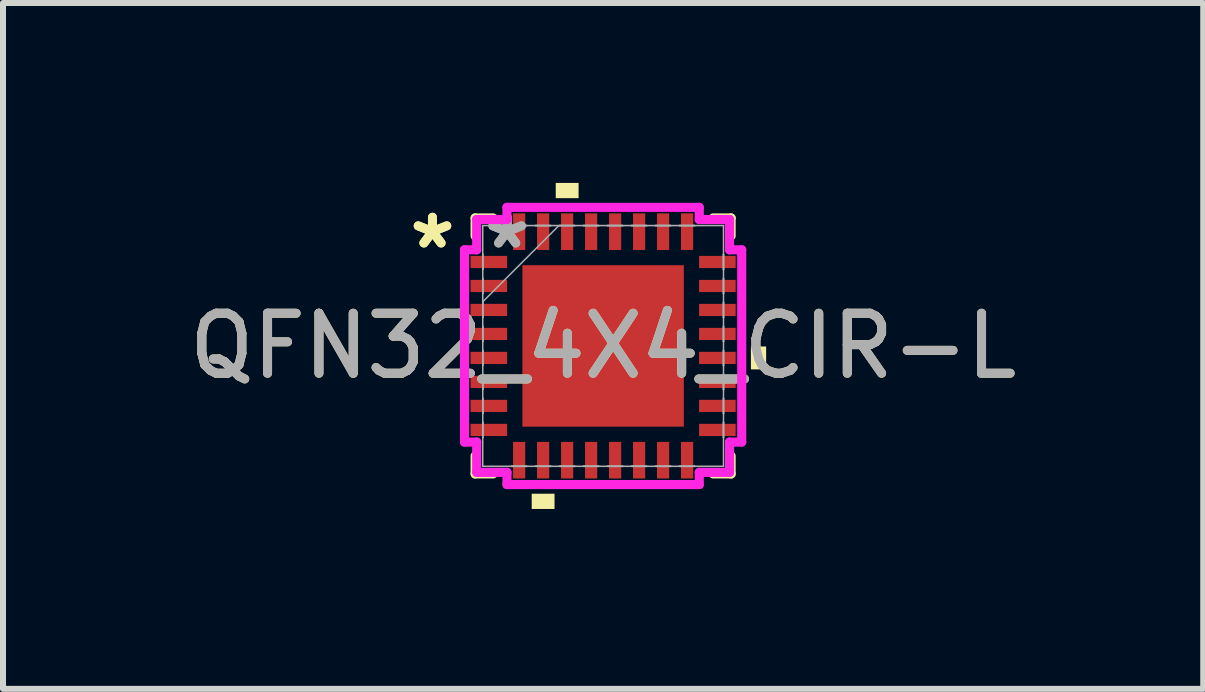
<source format=kicad_pcb>
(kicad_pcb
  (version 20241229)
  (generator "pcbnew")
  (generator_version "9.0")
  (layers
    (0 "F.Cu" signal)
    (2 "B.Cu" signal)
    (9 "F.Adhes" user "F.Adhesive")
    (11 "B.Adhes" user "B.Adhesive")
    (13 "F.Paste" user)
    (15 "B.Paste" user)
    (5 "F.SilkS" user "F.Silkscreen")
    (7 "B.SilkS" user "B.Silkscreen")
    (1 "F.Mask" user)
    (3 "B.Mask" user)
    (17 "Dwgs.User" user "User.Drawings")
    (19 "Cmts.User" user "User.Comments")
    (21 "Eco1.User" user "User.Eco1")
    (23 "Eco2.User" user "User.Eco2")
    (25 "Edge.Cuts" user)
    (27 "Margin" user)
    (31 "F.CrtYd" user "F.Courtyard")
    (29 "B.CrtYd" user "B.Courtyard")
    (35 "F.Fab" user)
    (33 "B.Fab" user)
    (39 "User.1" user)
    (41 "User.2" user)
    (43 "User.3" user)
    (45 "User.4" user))
  (footprint "QFN32_4X4_CIR-L"
    (layer "F.Cu")
    (at 7.006 2.718)
    (property "Reference" "QFN32_4X4_CIR-L" (at 0 0 0) (unlocked yes) (layer "F.SilkS") (effects (font (size 1 1) (thickness 0.15))))
    (attr smd)
    (fp_line (start -2.134 -2.134) (end -2.134 -1.834) (stroke (width 0.152) (type solid)) (layer "F.SilkS"))
    (fp_line (start -2.134 1.834) (end -2.134 2.134) (stroke (width 0.152) (type solid)) (layer "F.SilkS"))
    (fp_line (start -2.134 2.134) (end -1.834 2.134) (stroke (width 0.152) (type solid)) (layer "F.SilkS"))
    (fp_line (start -1.834 -2.134) (end -2.134 -2.134) (stroke (width 0.152) (type solid)) (layer "F.SilkS"))
    (fp_line (start 1.834 2.134) (end 2.134 2.134) (stroke (width 0.152) (type solid)) (layer "F.SilkS"))
    (fp_line (start 2.134 -2.134) (end 1.834 -2.134) (stroke (width 0.152) (type solid)) (layer "F.SilkS"))
    (fp_line (start 2.134 -1.834) (end 2.134 -2.134) (stroke (width 0.152) (type solid)) (layer "F.SilkS"))
    (fp_line (start 2.134 2.134) (end 2.134 1.834) (stroke (width 0.152) (type solid)) (layer "F.SilkS"))
    (fp_poly (pts (xy -1.191 2.464) (xy -1.191 2.718) (xy -0.81 2.718) (xy -0.81 2.464)) (stroke (width 0) (type solid)) (fill yes) (layer "F.SilkS"))
    (fp_poly (pts (xy -0.79 -2.464) (xy -0.79 -2.718) (xy -0.409 -2.718) (xy -0.409 -2.464)) (stroke (width 0) (type solid)) (fill yes) (layer "F.SilkS"))
    (fp_poly (pts (xy 2.718 0.009) (xy 2.718 0.391) (xy 2.464 0.391) (xy 2.464 0.009)) (stroke (width 0) (type solid)) (fill yes) (layer "F.SilkS"))
    (fp_poly (pts (xy -1.246 -1.246) (xy -1.246 -0.1) (xy -0.1 -0.1) (xy -0.1 -1.246)) (stroke (width 0) (type solid)) (fill yes) (layer "F.Paste"))
    (fp_poly (pts (xy -1.246 0.1) (xy -1.246 1.246) (xy -0.1 1.246) (xy -0.1 0.1)) (stroke (width 0) (type solid)) (fill yes) (layer "F.Paste"))
    (fp_poly (pts (xy 0.1 -1.246) (xy 0.1 -0.1) (xy 1.246 -0.1) (xy 1.246 -1.246)) (stroke (width 0) (type solid)) (fill yes) (layer "F.Paste"))
    (fp_poly (pts (xy 0.1 0.1) (xy 0.1 1.246) (xy 1.246 1.246) (xy 1.246 0.1)) (stroke (width 0) (type solid)) (fill yes) (layer "F.Paste"))
    (fp_line (start -2.311 -1.603) (end -2.108 -1.603) (stroke (width 0.152) (type solid)) (layer "F.CrtYd"))
    (fp_line (start -2.311 1.603) (end -2.311 -1.603) (stroke (width 0.152) (type solid)) (layer "F.CrtYd"))
    (fp_line (start -2.108 -2.108) (end -1.603 -2.108) (stroke (width 0.152) (type solid)) (layer "F.CrtYd"))
    (fp_line (start -2.108 -1.603) (end -2.108 -2.108) (stroke (width 0.152) (type solid)) (layer "F.CrtYd"))
    (fp_line (start -2.108 1.603) (end -2.311 1.603) (stroke (width 0.152) (type solid)) (layer "F.CrtYd"))
    (fp_line (start -2.108 2.108) (end -2.108 1.603) (stroke (width 0.152) (type solid)) (layer "F.CrtYd"))
    (fp_line (start -1.603 -2.311) (end 1.603 -2.311) (stroke (width 0.152) (type solid)) (layer "F.CrtYd"))
    (fp_line (start -1.603 -2.108) (end -1.603 -2.311) (stroke (width 0.152) (type solid)) (layer "F.CrtYd"))
    (fp_line (start -1.603 2.108) (end -2.108 2.108) (stroke (width 0.152) (type solid)) (layer "F.CrtYd"))
    (fp_line (start -1.603 2.311) (end -1.603 2.108) (stroke (width 0.152) (type solid)) (layer "F.CrtYd"))
    (fp_line (start 1.603 -2.311) (end 1.603 -2.108) (stroke (width 0.152) (type solid)) (layer "F.CrtYd"))
    (fp_line (start 1.603 -2.108) (end 2.108 -2.108) (stroke (width 0.152) (type solid)) (layer "F.CrtYd"))
    (fp_line (start 1.603 2.108) (end 1.603 2.311) (stroke (width 0.152) (type solid)) (layer "F.CrtYd"))
    (fp_line (start 1.603 2.311) (end -1.603 2.311) (stroke (width 0.152) (type solid)) (layer "F.CrtYd"))
    (fp_line (start 2.108 -2.108) (end 2.108 -1.603) (stroke (width 0.152) (type solid)) (layer "F.CrtYd"))
    (fp_line (start 2.108 -1.603) (end 2.311 -1.603) (stroke (width 0.152) (type solid)) (layer "F.CrtYd"))
    (fp_line (start 2.108 1.603) (end 2.108 2.108) (stroke (width 0.152) (type solid)) (layer "F.CrtYd"))
    (fp_line (start 2.108 2.108) (end 1.603 2.108) (stroke (width 0.152) (type solid)) (layer "F.CrtYd"))
    (fp_line (start 2.311 -1.603) (end 2.311 1.603) (stroke (width 0.152) (type solid)) (layer "F.CrtYd"))
    (fp_line (start 2.311 1.603) (end 2.108 1.603) (stroke (width 0.152) (type solid)) (layer "F.CrtYd"))
    (fp_line (start -2.007 -2.007) (end -2.007 -2.007) (stroke (width 0.025) (type solid)) (layer "F.Fab"))
    (fp_line (start -2.007 -2.007) (end -2.007 2.007) (stroke (width 0.025) (type solid)) (layer "F.Fab"))
    (fp_line (start -2.007 -1.527) (end -2.007 -1.527) (stroke (width 0.025) (type solid)) (layer "F.Fab"))
    (fp_line (start -2.007 -1.527) (end -2.007 -1.273) (stroke (width 0.025) (type solid)) (layer "F.Fab"))
    (fp_line (start -2.007 -1.273) (end -2.007 -1.527) (stroke (width 0.025) (type solid)) (layer "F.Fab"))
    (fp_line (start -2.007 -1.273) (end -2.007 -1.273) (stroke (width 0.025) (type solid)) (layer "F.Fab"))
    (fp_line (start -2.007 -1.127) (end -2.007 -1.127) (stroke (width 0.025) (type solid)) (layer "F.Fab"))
    (fp_line (start -2.007 -1.127) (end -2.007 -0.873) (stroke (width 0.025) (type solid)) (layer "F.Fab"))
    (fp_line (start -2.007 -0.873) (end -2.007 -1.127) (stroke (width 0.025) (type solid)) (layer "F.Fab"))
    (fp_line (start -2.007 -0.873) (end -2.007 -0.873) (stroke (width 0.025) (type solid)) (layer "F.Fab"))
    (fp_line (start -2.007 -0.737) (end -0.737 -2.007) (stroke (width 0.025) (type solid)) (layer "F.Fab"))
    (fp_line (start -2.007 -0.727) (end -2.007 -0.727) (stroke (width 0.025) (type solid)) (layer "F.Fab"))
    (fp_line (start -2.007 -0.727) (end -2.007 -0.473) (stroke (width 0.025) (type solid)) (layer "F.Fab"))
    (fp_line (start -2.007 -0.473) (end -2.007 -0.727) (stroke (width 0.025) (type solid)) (layer "F.Fab"))
    (fp_line (start -2.007 -0.473) (end -2.007 -0.473) (stroke (width 0.025) (type solid)) (layer "F.Fab"))
    (fp_line (start -2.007 -0.327) (end -2.007 -0.327) (stroke (width 0.025) (type solid)) (layer "F.Fab"))
    (fp_line (start -2.007 -0.327) (end -2.007 -0.073) (stroke (width 0.025) (type solid)) (layer "F.Fab"))
    (fp_line (start -2.007 -0.073) (end -2.007 -0.327) (stroke (width 0.025) (type solid)) (layer "F.Fab"))
    (fp_line (start -2.007 -0.073) (end -2.007 -0.073) (stroke (width 0.025) (type solid)) (layer "F.Fab"))
    (fp_line (start -2.007 0.073) (end -2.007 0.073) (stroke (width 0.025) (type solid)) (layer "F.Fab"))
    (fp_line (start -2.007 0.073) (end -2.007 0.327) (stroke (width 0.025) (type solid)) (layer "F.Fab"))
    (fp_line (start -2.007 0.327) (end -2.007 0.073) (stroke (width 0.025) (type solid)) (layer "F.Fab"))
    (fp_line (start -2.007 0.327) (end -2.007 0.327) (stroke (width 0.025) (type solid)) (layer "F.Fab"))
    (fp_line (start -2.007 0.473) (end -2.007 0.473) (stroke (width 0.025) (type solid)) (layer "F.Fab"))
    (fp_line (start -2.007 0.473) (end -2.007 0.727) (stroke (width 0.025) (type solid)) (layer "F.Fab"))
    (fp_line (start -2.007 0.727) (end -2.007 0.473) (stroke (width 0.025) (type solid)) (layer "F.Fab"))
    (fp_line (start -2.007 0.727) (end -2.007 0.727) (stroke (width 0.025) (type solid)) (layer "F.Fab"))
    (fp_line (start -2.007 0.873) (end -2.007 0.873) (stroke (width 0.025) (type solid)) (layer "F.Fab"))
    (fp_line (start -2.007 0.873) (end -2.007 1.127) (stroke (width 0.025) (type solid)) (layer "F.Fab"))
    (fp_line (start -2.007 1.127) (end -2.007 0.873) (stroke (width 0.025) (type solid)) (layer "F.Fab"))
    (fp_line (start -2.007 1.127) (end -2.007 1.127) (stroke (width 0.025) (type solid)) (layer "F.Fab"))
    (fp_line (start -2.007 1.273) (end -2.007 1.273) (stroke (width 0.025) (type solid)) (layer "F.Fab"))
    (fp_line (start -2.007 1.273) (end -2.007 1.527) (stroke (width 0.025) (type solid)) (layer "F.Fab"))
    (fp_line (start -2.007 1.527) (end -2.007 1.273) (stroke (width 0.025) (type solid)) (layer "F.Fab"))
    (fp_line (start -2.007 1.527) (end -2.007 1.527) (stroke (width 0.025) (type solid)) (layer "F.Fab"))
    (fp_line (start -2.007 2.007) (end -2.007 2.007) (stroke (width 0.025) (type solid)) (layer "F.Fab"))
    (fp_line (start -2.007 2.007) (end 2.007 2.007) (stroke (width 0.025) (type solid)) (layer "F.Fab"))
    (fp_line (start -1.527 -2.007) (end -1.527 -2.007) (stroke (width 0.025) (type solid)) (layer "F.Fab"))
    (fp_line (start -1.527 -2.007) (end -1.273 -2.007) (stroke (width 0.025) (type solid)) (layer "F.Fab"))
    (fp_line (start -1.527 2.007) (end -1.527 2.007) (stroke (width 0.025) (type solid)) (layer "F.Fab"))
    (fp_line (start -1.527 2.007) (end -1.273 2.007) (stroke (width 0.025) (type solid)) (layer "F.Fab"))
    (fp_line (start -1.273 -2.007) (end -1.527 -2.007) (stroke (width 0.025) (type solid)) (layer "F.Fab"))
    (fp_line (start -1.273 -2.007) (end -1.273 -2.007) (stroke (width 0.025) (type solid)) (layer "F.Fab"))
    (fp_line (start -1.273 2.007) (end -1.527 2.007) (stroke (width 0.025) (type solid)) (layer "F.Fab"))
    (fp_line (start -1.273 2.007) (end -1.273 2.007) (stroke (width 0.025) (type solid)) (layer "F.Fab"))
    (fp_line (start -1.127 -2.007) (end -1.127 -2.007) (stroke (width 0.025) (type solid)) (layer "F.Fab"))
    (fp_line (start -1.127 -2.007) (end -0.873 -2.007) (stroke (width 0.025) (type solid)) (layer "F.Fab"))
    (fp_line (start -1.127 2.007) (end -1.127 2.007) (stroke (width 0.025) (type solid)) (layer "F.Fab"))
    (fp_line (start -1.127 2.007) (end -0.873 2.007) (stroke (width 0.025) (type solid)) (layer "F.Fab"))
    (fp_line (start -0.873 -2.007) (end -1.127 -2.007) (stroke (width 0.025) (type solid)) (layer "F.Fab"))
    (fp_line (start -0.873 -2.007) (end -0.873 -2.007) (stroke (width 0.025) (type solid)) (layer "F.Fab"))
    (fp_line (start -0.873 2.007) (end -1.127 2.007) (stroke (width 0.025) (type solid)) (layer "F.Fab"))
    (fp_line (start -0.873 2.007) (end -0.873 2.007) (stroke (width 0.025) (type solid)) (layer "F.Fab"))
    (fp_line (start -0.727 -2.007) (end -0.727 -2.007) (stroke (width 0.025) (type solid)) (layer "F.Fab"))
    (fp_line (start -0.727 -2.007) (end -0.473 -2.007) (stroke (width 0.025) (type solid)) (layer "F.Fab"))
    (fp_line (start -0.727 2.007) (end -0.727 2.007) (stroke (width 0.025) (type solid)) (layer "F.Fab"))
    (fp_line (start -0.727 2.007) (end -0.473 2.007) (stroke (width 0.025) (type solid)) (layer "F.Fab"))
    (fp_line (start -0.473 -2.007) (end -0.727 -2.007) (stroke (width 0.025) (type solid)) (layer "F.Fab"))
    (fp_line (start -0.473 -2.007) (end -0.473 -2.007) (stroke (width 0.025) (type solid)) (layer "F.Fab"))
    (fp_line (start -0.473 2.007) (end -0.727 2.007) (stroke (width 0.025) (type solid)) (layer "F.Fab"))
    (fp_line (start -0.473 2.007) (end -0.473 2.007) (stroke (width 0.025) (type solid)) (layer "F.Fab"))
    (fp_line (start -0.327 -2.007) (end -0.327 -2.007) (stroke (width 0.025) (type solid)) (layer "F.Fab"))
    (fp_line (start -0.327 -2.007) (end -0.073 -2.007) (stroke (width 0.025) (type solid)) (layer "F.Fab"))
    (fp_line (start -0.327 2.007) (end -0.327 2.007) (stroke (width 0.025) (type solid)) (layer "F.Fab"))
    (fp_line (start -0.327 2.007) (end -0.073 2.007) (stroke (width 0.025) (type solid)) (layer "F.Fab"))
    (fp_line (start -0.073 -2.007) (end -0.327 -2.007) (stroke (width 0.025) (type solid)) (layer "F.Fab"))
    (fp_line (start -0.073 -2.007) (end -0.073 -2.007) (stroke (width 0.025) (type solid)) (layer "F.Fab"))
    (fp_line (start -0.073 2.007) (end -0.327 2.007) (stroke (width 0.025) (type solid)) (layer "F.Fab"))
    (fp_line (start -0.073 2.007) (end -0.073 2.007) (stroke (width 0.025) (type solid)) (layer "F.Fab"))
    (fp_line (start 0.073 -2.007) (end 0.073 -2.007) (stroke (width 0.025) (type solid)) (layer "F.Fab"))
    (fp_line (start 0.073 -2.007) (end 0.327 -2.007) (stroke (width 0.025) (type solid)) (layer "F.Fab"))
    (fp_line (start 0.073 2.007) (end 0.073 2.007) (stroke (width 0.025) (type solid)) (layer "F.Fab"))
    (fp_line (start 0.073 2.007) (end 0.327 2.007) (stroke (width 0.025) (type solid)) (layer "F.Fab"))
    (fp_line (start 0.327 -2.007) (end 0.073 -2.007) (stroke (width 0.025) (type solid)) (layer "F.Fab"))
    (fp_line (start 0.327 -2.007) (end 0.327 -2.007) (stroke (width 0.025) (type solid)) (layer "F.Fab"))
    (fp_line (start 0.327 2.007) (end 0.073 2.007) (stroke (width 0.025) (type solid)) (layer "F.Fab"))
    (fp_line (start 0.327 2.007) (end 0.327 2.007) (stroke (width 0.025) (type solid)) (layer "F.Fab"))
    (fp_line (start 0.473 -2.007) (end 0.473 -2.007) (stroke (width 0.025) (type solid)) (layer "F.Fab"))
    (fp_line (start 0.473 -2.007) (end 0.727 -2.007) (stroke (width 0.025) (type solid)) (layer "F.Fab"))
    (fp_line (start 0.473 2.007) (end 0.473 2.007) (stroke (width 0.025) (type solid)) (layer "F.Fab"))
    (fp_line (start 0.473 2.007) (end 0.727 2.007) (stroke (width 0.025) (type solid)) (layer "F.Fab"))
    (fp_line (start 0.727 -2.007) (end 0.473 -2.007) (stroke (width 0.025) (type solid)) (layer "F.Fab"))
    (fp_line (start 0.727 -2.007) (end 0.727 -2.007) (stroke (width 0.025) (type solid)) (layer "F.Fab"))
    (fp_line (start 0.727 2.007) (end 0.473 2.007) (stroke (width 0.025) (type solid)) (layer "F.Fab"))
    (fp_line (start 0.727 2.007) (end 0.727 2.007) (stroke (width 0.025) (type solid)) (layer "F.Fab"))
    (fp_line (start 0.873 -2.007) (end 0.873 -2.007) (stroke (width 0.025) (type solid)) (layer "F.Fab"))
    (fp_line (start 0.873 -2.007) (end 1.127 -2.007) (stroke (width 0.025) (type solid)) (layer "F.Fab"))
    (fp_line (start 0.873 2.007) (end 0.873 2.007) (stroke (width 0.025) (type solid)) (layer "F.Fab"))
    (fp_line (start 0.873 2.007) (end 1.127 2.007) (stroke (width 0.025) (type solid)) (layer "F.Fab"))
    (fp_line (start 1.127 -2.007) (end 0.873 -2.007) (stroke (width 0.025) (type solid)) (layer "F.Fab"))
    (fp_line (start 1.127 -2.007) (end 1.127 -2.007) (stroke (width 0.025) (type solid)) (layer "F.Fab"))
    (fp_line (start 1.127 2.007) (end 0.873 2.007) (stroke (width 0.025) (type solid)) (layer "F.Fab"))
    (fp_line (start 1.127 2.007) (end 1.127 2.007) (stroke (width 0.025) (type solid)) (layer "F.Fab"))
    (fp_line (start 1.273 -2.007) (end 1.273 -2.007) (stroke (width 0.025) (type solid)) (layer "F.Fab"))
    (fp_line (start 1.273 -2.007) (end 1.527 -2.007) (stroke (width 0.025) (type solid)) (layer "F.Fab"))
    (fp_line (start 1.273 2.007) (end 1.273 2.007) (stroke (width 0.025) (type solid)) (layer "F.Fab"))
    (fp_line (start 1.273 2.007) (end 1.527 2.007) (stroke (width 0.025) (type solid)) (layer "F.Fab"))
    (fp_line (start 1.527 -2.007) (end 1.273 -2.007) (stroke (width 0.025) (type solid)) (layer "F.Fab"))
    (fp_line (start 1.527 -2.007) (end 1.527 -2.007) (stroke (width 0.025) (type solid)) (layer "F.Fab"))
    (fp_line (start 1.527 2.007) (end 1.273 2.007) (stroke (width 0.025) (type solid)) (layer "F.Fab"))
    (fp_line (start 1.527 2.007) (end 1.527 2.007) (stroke (width 0.025) (type solid)) (layer "F.Fab"))
    (fp_line (start 2.007 -2.007) (end -2.007 -2.007) (stroke (width 0.025) (type solid)) (layer "F.Fab"))
    (fp_line (start 2.007 -2.007) (end 2.007 -2.007) (stroke (width 0.025) (type solid)) (layer "F.Fab"))
    (fp_line (start 2.007 -1.527) (end 2.007 -1.527) (stroke (width 0.025) (type solid)) (layer "F.Fab"))
    (fp_line (start 2.007 -1.527) (end 2.007 -1.273) (stroke (width 0.025) (type solid)) (layer "F.Fab"))
    (fp_line (start 2.007 -1.273) (end 2.007 -1.527) (stroke (width 0.025) (type solid)) (layer "F.Fab"))
    (fp_line (start 2.007 -1.273) (end 2.007 -1.273) (stroke (width 0.025) (type solid)) (layer "F.Fab"))
    (fp_line (start 2.007 -1.127) (end 2.007 -1.127) (stroke (width 0.025) (type solid)) (layer "F.Fab"))
    (fp_line (start 2.007 -1.127) (end 2.007 -0.873) (stroke (width 0.025) (type solid)) (layer "F.Fab"))
    (fp_line (start 2.007 -0.873) (end 2.007 -1.127) (stroke (width 0.025) (type solid)) (layer "F.Fab"))
    (fp_line (start 2.007 -0.873) (end 2.007 -0.873) (stroke (width 0.025) (type solid)) (layer "F.Fab"))
    (fp_line (start 2.007 -0.727) (end 2.007 -0.727) (stroke (width 0.025) (type solid)) (layer "F.Fab"))
    (fp_line (start 2.007 -0.727) (end 2.007 -0.473) (stroke (width 0.025) (type solid)) (layer "F.Fab"))
    (fp_line (start 2.007 -0.473) (end 2.007 -0.727) (stroke (width 0.025) (type solid)) (layer "F.Fab"))
    (fp_line (start 2.007 -0.473) (end 2.007 -0.473) (stroke (width 0.025) (type solid)) (layer "F.Fab"))
    (fp_line (start 2.007 -0.327) (end 2.007 -0.327) (stroke (width 0.025) (type solid)) (layer "F.Fab"))
    (fp_line (start 2.007 -0.327) (end 2.007 -0.073) (stroke (width 0.025) (type solid)) (layer "F.Fab"))
    (fp_line (start 2.007 -0.073) (end 2.007 -0.327) (stroke (width 0.025) (type solid)) (layer "F.Fab"))
    (fp_line (start 2.007 -0.073) (end 2.007 -0.073) (stroke (width 0.025) (type solid)) (layer "F.Fab"))
    (fp_line (start 2.007 0.073) (end 2.007 0.073) (stroke (width 0.025) (type solid)) (layer "F.Fab"))
    (fp_line (start 2.007 0.073) (end 2.007 0.327) (stroke (width 0.025) (type solid)) (layer "F.Fab"))
    (fp_line (start 2.007 0.327) (end 2.007 0.073) (stroke (width 0.025) (type solid)) (layer "F.Fab"))
    (fp_line (start 2.007 0.327) (end 2.007 0.327) (stroke (width 0.025) (type solid)) (layer "F.Fab"))
    (fp_line (start 2.007 0.473) (end 2.007 0.473) (stroke (width 0.025) (type solid)) (layer "F.Fab"))
    (fp_line (start 2.007 0.473) (end 2.007 0.727) (stroke (width 0.025) (type solid)) (layer "F.Fab"))
    (fp_line (start 2.007 0.727) (end 2.007 0.473) (stroke (width 0.025) (type solid)) (layer "F.Fab"))
    (fp_line (start 2.007 0.727) (end 2.007 0.727) (stroke (width 0.025) (type solid)) (layer "F.Fab"))
    (fp_line (start 2.007 0.873) (end 2.007 0.873) (stroke (width 0.025) (type solid)) (layer "F.Fab"))
    (fp_line (start 2.007 0.873) (end 2.007 1.127) (stroke (width 0.025) (type solid)) (layer "F.Fab"))
    (fp_line (start 2.007 1.127) (end 2.007 0.873) (stroke (width 0.025) (type solid)) (layer "F.Fab"))
    (fp_line (start 2.007 1.127) (end 2.007 1.127) (stroke (width 0.025) (type solid)) (layer "F.Fab"))
    (fp_line (start 2.007 1.273) (end 2.007 1.273) (stroke (width 0.025) (type solid)) (layer "F.Fab"))
    (fp_line (start 2.007 1.273) (end 2.007 1.527) (stroke (width 0.025) (type solid)) (layer "F.Fab"))
    (fp_line (start 2.007 1.527) (end 2.007 1.273) (stroke (width 0.025) (type solid)) (layer "F.Fab"))
    (fp_line (start 2.007 1.527) (end 2.007 1.527) (stroke (width 0.025) (type solid)) (layer "F.Fab"))
    (fp_line (start 2.007 2.007) (end 2.007 -2.007) (stroke (width 0.025) (type solid)) (layer "F.Fab"))
    (fp_line (start 2.007 2.007) (end 2.007 2.007) (stroke (width 0.025) (type solid)) (layer "F.Fab"))
    (fp_text user "*" (at -2.845 -1.6 0) (unlocked yes) (layer "F.SilkS") (effects (font (size 1 1) (thickness 0.15))))
    (fp_text user "*" (at -2.845 -1.6 0) (layer "F.SilkS") (effects (font (size 1 1) (thickness 0.15))))
    (fp_text user "${REFERENCE}" (at 0 0 0) (unlocked yes) (layer "F.Fab") (effects (font (size 1 1) (thickness 0.15))))
    (fp_text user "*" (at -1.6 -1.6 0) (layer "F.Fab") (effects (font (size 1 1) (thickness 0.15))))
    (fp_text user "*" (at -1.6 -1.6 0) (unlocked yes) (layer "F.Fab") (effects (font (size 1 1) (thickness 0.15))))
    (pad "1" smd rect (at -1.905 -1.4 90) (size 0.203 0.61) (layers "F.Cu" "F.Mask" "F.Paste"))
    (pad "2" smd rect (at -1.905 -1 90) (size 0.203 0.61) (layers "F.Cu" "F.Mask" "F.Paste"))
    (pad "3" smd rect (at -1.905 -0.6 90) (size 0.203 0.61) (layers "F.Cu" "F.Mask" "F.Paste"))
    (pad "4" smd rect (at -1.905 -0.2 90) (size 0.203 0.61) (layers "F.Cu" "F.Mask" "F.Paste"))
    (pad "5" smd rect (at -1.905 0.2 90) (size 0.203 0.61) (layers "F.Cu" "F.Mask" "F.Paste"))
    (pad "6" smd rect (at -1.905 0.6 90) (size 0.203 0.61) (layers "F.Cu" "F.Mask" "F.Paste"))
    (pad "7" smd rect (at -1.905 1 90) (size 0.203 0.61) (layers "F.Cu" "F.Mask" "F.Paste"))
    (pad "8" smd rect (at -1.905 1.4 90) (size 0.203 0.61) (layers "F.Cu" "F.Mask" "F.Paste"))
    (pad "9" smd rect (at -1.4 1.905) (size 0.203 0.61) (layers "F.Cu" "F.Mask" "F.Paste"))
    (pad "10" smd rect (at -1 1.905) (size 0.203 0.61) (layers "F.Cu" "F.Mask" "F.Paste"))
    (pad "11" smd rect (at -0.6 1.905) (size 0.203 0.61) (layers "F.Cu" "F.Mask" "F.Paste"))
    (pad "12" smd rect (at -0.2 1.905) (size 0.203 0.61) (layers "F.Cu" "F.Mask" "F.Paste"))
    (pad "13" smd rect (at 0.2 1.905) (size 0.203 0.61) (layers "F.Cu" "F.Mask" "F.Paste"))
    (pad "14" smd rect (at 0.6 1.905) (size 0.203 0.61) (layers "F.Cu" "F.Mask" "F.Paste"))
    (pad "15" smd rect (at 1 1.905) (size 0.203 0.61) (layers "F.Cu" "F.Mask" "F.Paste"))
    (pad "16" smd rect (at 1.4 1.905) (size 0.203 0.61) (layers "F.Cu" "F.Mask" "F.Paste"))
    (pad "17" smd rect (at 1.905 1.4 90) (size 0.203 0.61) (layers "F.Cu" "F.Mask" "F.Paste"))
    (pad "18" smd rect (at 1.905 1 90) (size 0.203 0.61) (layers "F.Cu" "F.Mask" "F.Paste"))
    (pad "19" smd rect (at 1.905 0.6 90) (size 0.203 0.61) (layers "F.Cu" "F.Mask" "F.Paste"))
    (pad "20" smd rect (at 1.905 0.2 90) (size 0.203 0.61) (layers "F.Cu" "F.Mask" "F.Paste"))
    (pad "21" smd rect (at 1.905 -0.2 90) (size 0.203 0.61) (layers "F.Cu" "F.Mask" "F.Paste"))
    (pad "22" smd rect (at 1.905 -0.6 90) (size 0.203 0.61) (layers "F.Cu" "F.Mask" "F.Paste"))
    (pad "23" smd rect (at 1.905 -1 90) (size 0.203 0.61) (layers "F.Cu" "F.Mask" "F.Paste"))
    (pad "24" smd rect (at 1.905 -1.4 90) (size 0.203 0.61) (layers "F.Cu" "F.Mask" "F.Paste"))
    (pad "25" smd rect (at 1.4 -1.905) (size 0.203 0.61) (layers "F.Cu" "F.Mask" "F.Paste"))
    (pad "26" smd rect (at 1 -1.905) (size 0.203 0.61) (layers "F.Cu" "F.Mask" "F.Paste"))
    (pad "27" smd rect (at 0.6 -1.905) (size 0.203 0.61) (layers "F.Cu" "F.Mask" "F.Paste"))
    (pad "28" smd rect (at 0.2 -1.905) (size 0.203 0.61) (layers "F.Cu" "F.Mask" "F.Paste"))
    (pad "29" smd rect (at -0.2 -1.905) (size 0.203 0.61) (layers "F.Cu" "F.Mask" "F.Paste"))
    (pad "30" smd rect (at -0.6 -1.905) (size 0.203 0.61) (layers "F.Cu" "F.Mask" "F.Paste"))
    (pad "31" smd rect (at -1 -1.905) (size 0.203 0.61) (layers "F.Cu" "F.Mask" "F.Paste"))
    (pad "32" smd rect (at -1.4 -1.905) (size 0.203 0.61) (layers "F.Cu" "F.Mask" "F.Paste"))
    (pad "33" smd rect (at 0 0) (size 2.692 2.692) (layers "F.Cu" "F.Mask")))
  (gr_rect
    (start -3 -3)
    (end 17.012 8.436)
    (stroke (width 0.1) (type default))
    (fill no)
    (layer "Edge.Cuts")))
</source>
